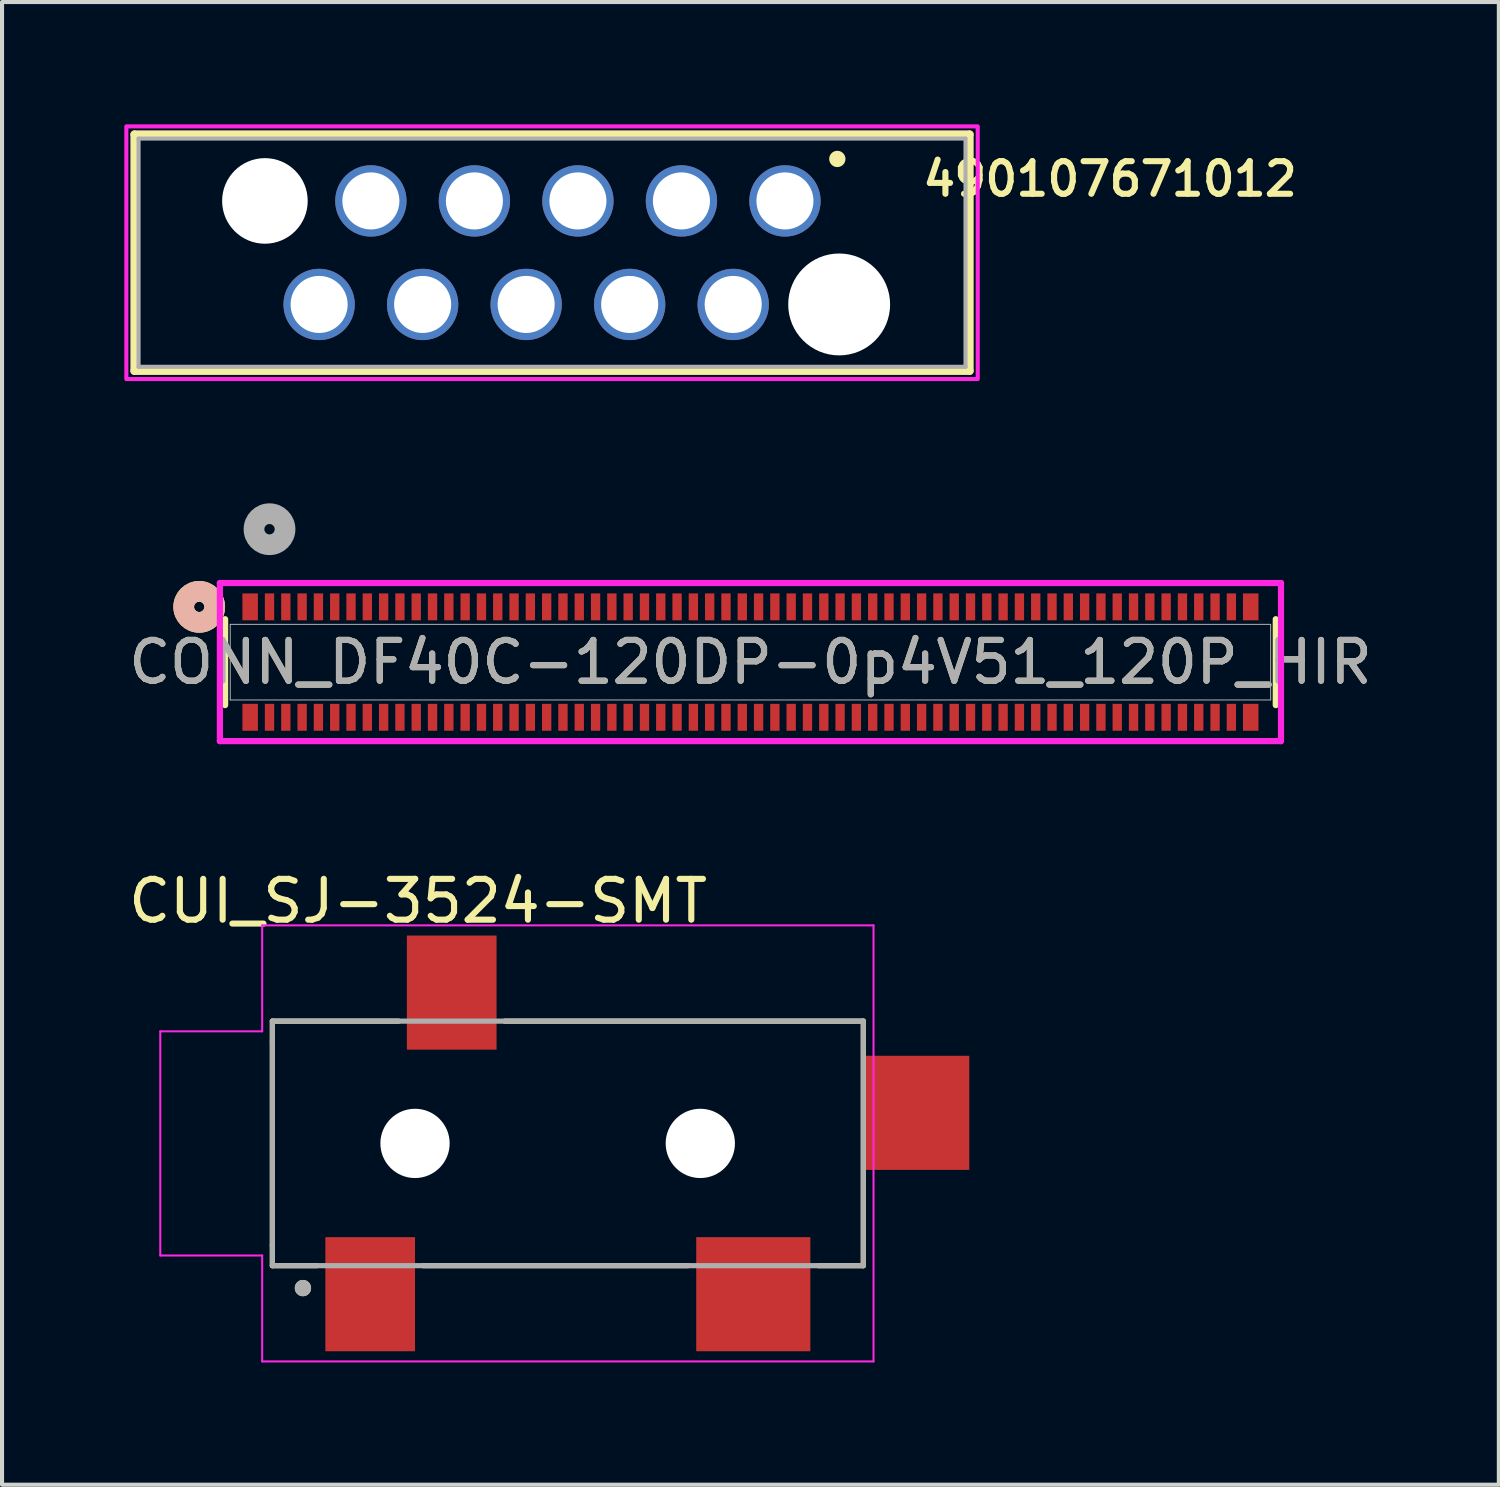
<source format=kicad_pcb>
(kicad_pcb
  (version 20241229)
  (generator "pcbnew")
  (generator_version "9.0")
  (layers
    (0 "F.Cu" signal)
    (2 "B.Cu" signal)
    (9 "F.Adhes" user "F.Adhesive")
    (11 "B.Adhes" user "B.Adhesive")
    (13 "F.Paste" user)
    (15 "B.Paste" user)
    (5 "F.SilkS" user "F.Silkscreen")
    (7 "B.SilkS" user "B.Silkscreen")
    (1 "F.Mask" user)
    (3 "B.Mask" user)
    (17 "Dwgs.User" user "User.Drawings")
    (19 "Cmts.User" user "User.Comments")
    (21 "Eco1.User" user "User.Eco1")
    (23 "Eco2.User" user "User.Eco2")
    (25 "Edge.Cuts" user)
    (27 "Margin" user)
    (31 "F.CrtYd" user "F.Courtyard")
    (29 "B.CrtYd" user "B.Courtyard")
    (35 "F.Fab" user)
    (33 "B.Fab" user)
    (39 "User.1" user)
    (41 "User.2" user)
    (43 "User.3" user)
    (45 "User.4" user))
  (footprint "CUI_SJ-3524-SMT"
    (layer "F.Cu")
    (at 7.133 25.005)
    (property "Reference" "CUI_SJ-3524-SMT" (at 0.075 -5.945 0) (layer "F.SilkS") (effects (font (size 1.002 1.002) (thickness 0.15))))
    (attr smd)
    (fp_line (start -3.5 -3) (end -0.4 -3) (stroke (width 0.127) (type solid)) (layer "F.SilkS"))
    (fp_line (start -3.5 -2.5) (end -3.5 -3) (stroke (width 0.127) (type solid)) (layer "F.SilkS"))
    (fp_line (start -3.5 2.5) (end -3.5 -2.5) (stroke (width 0.127) (type solid)) (layer "F.SilkS"))
    (fp_line (start -3.5 3) (end -3.5 2.5) (stroke (width 0.127) (type solid)) (layer "F.SilkS"))
    (fp_line (start -3.5 3) (end -2.4 3) (stroke (width 0.127) (type solid)) (layer "F.SilkS"))
    (fp_line (start 0.2 3) (end 6.7 3) (stroke (width 0.127) (type solid)) (layer "F.SilkS"))
    (fp_line (start 2.2 -3) (end 11 -3) (stroke (width 0.127) (type solid)) (layer "F.SilkS"))
    (fp_line (start 9.9 3) (end 11 3) (stroke (width 0.127) (type solid)) (layer "F.SilkS"))
    (fp_line (start 11 -3) (end 11 3) (stroke (width 0.127) (type solid)) (layer "F.SilkS"))
    (fp_circle (center -2.75 3.55) (end -2.65 3.55) (stroke (width 0.2) (type solid)) (fill no) (layer "F.SilkS"))
    (fp_line (start -6.25 -2.75) (end -6.25 2.75) (stroke (width 0.05) (type solid)) (layer "F.CrtYd"))
    (fp_line (start -6.25 2.75) (end -3.75 2.75) (stroke (width 0.05) (type solid)) (layer "F.CrtYd"))
    (fp_line (start -3.75 -5.35) (end -3.75 -2.75) (stroke (width 0.05) (type solid)) (layer "F.CrtYd"))
    (fp_line (start -3.75 -5.35) (end 11.25 -5.35) (stroke (width 0.05) (type solid)) (layer "F.CrtYd"))
    (fp_line (start -3.75 -2.75) (end -6.25 -2.75) (stroke (width 0.05) (type solid)) (layer "F.CrtYd"))
    (fp_line (start -3.75 2.75) (end -3.75 5.35) (stroke (width 0.05) (type solid)) (layer "F.CrtYd"))
    (fp_line (start 11.25 -5.35) (end 11.25 5.35) (stroke (width 0.05) (type solid)) (layer "F.CrtYd"))
    (fp_line (start 11.25 5.35) (end -3.75 5.35) (stroke (width 0.05) (type solid)) (layer "F.CrtYd"))
    (fp_line (start -3.5 -3) (end 11 -3) (stroke (width 0.127) (type solid)) (layer "F.Fab"))
    (fp_line (start -3.5 3) (end -3.5 -3) (stroke (width 0.127) (type solid)) (layer "F.Fab"))
    (fp_line (start 11 -3) (end 11 3) (stroke (width 0.127) (type solid)) (layer "F.Fab"))
    (fp_line (start 11 3) (end -3.5 3) (stroke (width 0.127) (type solid)) (layer "F.Fab"))
    (fp_circle (center -2.75 3.55) (end -2.65 3.55) (stroke (width 0.2) (type solid)) (fill no) (layer "F.Fab"))
    (pad "" np_thru_hole circle (at 0 0) (size 1.7 1.7) (drill 1.7) (layers "*.Cu" "*.Mask"))
    (pad "" np_thru_hole circle (at 7 0) (size 1.7 1.7) (drill 1.7) (layers "*.Cu" "*.Mask"))
    (pad "1" smd rect (at -1.1 3.7) (size 2.2 2.8) (layers "F.Cu" "F.Mask" "F.Paste"))
    (pad "2" smd rect (at 8.3 3.7) (size 2.8 2.8) (layers "F.Cu" "F.Mask" "F.Paste"))
    (pad "3" smd rect (at 0.9 -3.7) (size 2.2 2.8) (layers "F.Cu" "F.Mask" "F.Paste"))
    (pad "4" smd rect (at 12.3 -0.75) (size 2.6 2.8) (layers "F.Cu" "F.Mask" "F.Paste")))
  (footprint "CONN_DF40C-120DP-0p4V51_120P_HIR"
    (layer "F.Cu")
    (at 15.363 13.197)
    (property "Reference" "CONN_DF40C-120DP-0p4V51_120P_HIR" (at 0 0 0) (unlocked yes) (layer "F.SilkS") (effects (font (size 1 1) (thickness 0.15))))
    (attr smd)
    (fp_line (start -12.89 -1.054) (end -12.89 1.054) (stroke (width 0.152) (type solid)) (layer "F.SilkS"))
    (fp_line (start 12.89 1.054) (end 12.89 -1.054) (stroke (width 0.152) (type solid)) (layer "F.SilkS"))
    (fp_circle (center -13.525 -1.357) (end -13.145 -1.357) (stroke (width 0.508) (type solid)) (fill no) (layer "F.SilkS"))
    (fp_circle (center -13.525 -1.357) (end -13.145 -1.357) (stroke (width 0.508) (type solid)) (fill no) (layer "B.SilkS"))
    (fp_line (start -13.018 -1.941) (end -13.018 1.937) (stroke (width 0.152) (type solid)) (layer "F.CrtYd"))
    (fp_line (start -13.018 1.937) (end 13.018 1.937) (stroke (width 0.152) (type solid)) (layer "F.CrtYd"))
    (fp_line (start 13.018 -1.941) (end -13.018 -1.941) (stroke (width 0.152) (type solid)) (layer "F.CrtYd"))
    (fp_line (start 13.018 1.937) (end 13.018 -1.941) (stroke (width 0.152) (type solid)) (layer "F.CrtYd"))
    (fp_line (start -12.764 -0.927) (end -12.764 0.927) (stroke (width 0.025) (type solid)) (layer "F.Fab"))
    (fp_line (start -12.764 0.927) (end 12.764 0.927) (stroke (width 0.025) (type solid)) (layer "F.Fab"))
    (fp_line (start 12.764 -0.927) (end -12.764 -0.927) (stroke (width 0.025) (type solid)) (layer "F.Fab"))
    (fp_line (start 12.764 0.927) (end 12.764 -0.927) (stroke (width 0.025) (type solid)) (layer "F.Fab"))
    (fp_circle (center -11.8 -3.262) (end -11.419 -3.262) (stroke (width 0.508) (type solid)) (fill no) (layer "F.Fab"))
    (fp_text user "${REFERENCE}" (at 0 0 0) (unlocked yes) (layer "F.Fab") (effects (font (size 1 1) (thickness 0.15))))
    (pad "1" smd rect (at -11.8 -1.357) (size 0.229 0.66) (layers "F.Cu" "F.Mask" "F.Paste"))
    (pad "2" smd rect (at -11.8 1.353) (size 0.229 0.66) (layers "F.Cu" "F.Mask" "F.Paste"))
    (pad "3" smd rect (at -11.4 -1.357) (size 0.229 0.66) (layers "F.Cu" "F.Mask" "F.Paste"))
    (pad "4" smd rect (at -11.4 1.353) (size 0.229 0.66) (layers "F.Cu" "F.Mask" "F.Paste"))
    (pad "5" smd rect (at -11 -1.357) (size 0.229 0.66) (layers "F.Cu" "F.Mask" "F.Paste"))
    (pad "6" smd rect (at -11 1.353) (size 0.229 0.66) (layers "F.Cu" "F.Mask" "F.Paste"))
    (pad "7" smd rect (at -10.6 -1.357) (size 0.229 0.66) (layers "F.Cu" "F.Mask" "F.Paste"))
    (pad "8" smd rect (at -10.6 1.353) (size 0.229 0.66) (layers "F.Cu" "F.Mask" "F.Paste"))
    (pad "9" smd rect (at -10.2 -1.357) (size 0.229 0.66) (layers "F.Cu" "F.Mask" "F.Paste"))
    (pad "10" smd rect (at -10.2 1.353) (size 0.229 0.66) (layers "F.Cu" "F.Mask" "F.Paste"))
    (pad "11" smd rect (at -9.8 -1.357) (size 0.229 0.66) (layers "F.Cu" "F.Mask" "F.Paste"))
    (pad "12" smd rect (at -9.8 1.353) (size 0.229 0.66) (layers "F.Cu" "F.Mask" "F.Paste"))
    (pad "13" smd rect (at -9.4 -1.357) (size 0.229 0.66) (layers "F.Cu" "F.Mask" "F.Paste"))
    (pad "14" smd rect (at -9.4 1.353) (size 0.229 0.66) (layers "F.Cu" "F.Mask" "F.Paste"))
    (pad "15" smd rect (at -9 -1.357) (size 0.229 0.66) (layers "F.Cu" "F.Mask" "F.Paste"))
    (pad "16" smd rect (at -9 1.353) (size 0.229 0.66) (layers "F.Cu" "F.Mask" "F.Paste"))
    (pad "17" smd rect (at -8.6 -1.357) (size 0.229 0.66) (layers "F.Cu" "F.Mask" "F.Paste"))
    (pad "18" smd rect (at -8.6 1.353) (size 0.229 0.66) (layers "F.Cu" "F.Mask" "F.Paste"))
    (pad "19" smd rect (at -8.2 -1.357) (size 0.229 0.66) (layers "F.Cu" "F.Mask" "F.Paste"))
    (pad "20" smd rect (at -8.2 1.353) (size 0.229 0.66) (layers "F.Cu" "F.Mask" "F.Paste"))
    (pad "21" smd rect (at -7.8 -1.357) (size 0.229 0.66) (layers "F.Cu" "F.Mask" "F.Paste"))
    (pad "22" smd rect (at -7.8 1.353) (size 0.229 0.66) (layers "F.Cu" "F.Mask" "F.Paste"))
    (pad "23" smd rect (at -7.4 -1.357) (size 0.229 0.66) (layers "F.Cu" "F.Mask" "F.Paste"))
    (pad "24" smd rect (at -7.4 1.353) (size 0.229 0.66) (layers "F.Cu" "F.Mask" "F.Paste"))
    (pad "25" smd rect (at -7 -1.357) (size 0.229 0.66) (layers "F.Cu" "F.Mask" "F.Paste"))
    (pad "26" smd rect (at -7 1.353) (size 0.229 0.66) (layers "F.Cu" "F.Mask" "F.Paste"))
    (pad "27" smd rect (at -6.6 -1.357) (size 0.229 0.66) (layers "F.Cu" "F.Mask" "F.Paste"))
    (pad "28" smd rect (at -6.6 1.353) (size 0.229 0.66) (layers "F.Cu" "F.Mask" "F.Paste"))
    (pad "29" smd rect (at -6.2 -1.357) (size 0.229 0.66) (layers "F.Cu" "F.Mask" "F.Paste"))
    (pad "30" smd rect (at -6.2 1.353) (size 0.229 0.66) (layers "F.Cu" "F.Mask" "F.Paste"))
    (pad "31" smd rect (at -5.8 -1.357) (size 0.229 0.66) (layers "F.Cu" "F.Mask" "F.Paste"))
    (pad "32" smd rect (at -5.8 1.353) (size 0.229 0.66) (layers "F.Cu" "F.Mask" "F.Paste"))
    (pad "33" smd rect (at -5.4 -1.357) (size 0.229 0.66) (layers "F.Cu" "F.Mask" "F.Paste"))
    (pad "34" smd rect (at -5.4 1.353) (size 0.229 0.66) (layers "F.Cu" "F.Mask" "F.Paste"))
    (pad "35" smd rect (at -5 -1.357) (size 0.229 0.66) (layers "F.Cu" "F.Mask" "F.Paste"))
    (pad "36" smd rect (at -5 1.353) (size 0.229 0.66) (layers "F.Cu" "F.Mask" "F.Paste"))
    (pad "37" smd rect (at -4.6 -1.357) (size 0.229 0.66) (layers "F.Cu" "F.Mask" "F.Paste"))
    (pad "38" smd rect (at -4.6 1.353) (size 0.229 0.66) (layers "F.Cu" "F.Mask" "F.Paste"))
    (pad "39" smd rect (at -4.2 -1.357) (size 0.229 0.66) (layers "F.Cu" "F.Mask" "F.Paste"))
    (pad "40" smd rect (at -4.2 1.353) (size 0.229 0.66) (layers "F.Cu" "F.Mask" "F.Paste"))
    (pad "41" smd rect (at -3.8 -1.357) (size 0.229 0.66) (layers "F.Cu" "F.Mask" "F.Paste"))
    (pad "42" smd rect (at -3.8 1.353) (size 0.229 0.66) (layers "F.Cu" "F.Mask" "F.Paste"))
    (pad "43" smd rect (at -3.4 -1.357) (size 0.229 0.66) (layers "F.Cu" "F.Mask" "F.Paste"))
    (pad "44" smd rect (at -3.4 1.353) (size 0.229 0.66) (layers "F.Cu" "F.Mask" "F.Paste"))
    (pad "45" smd rect (at -3 -1.357) (size 0.229 0.66) (layers "F.Cu" "F.Mask" "F.Paste"))
    (pad "46" smd rect (at -3 1.353) (size 0.229 0.66) (layers "F.Cu" "F.Mask" "F.Paste"))
    (pad "47" smd rect (at -2.6 -1.357) (size 0.229 0.66) (layers "F.Cu" "F.Mask" "F.Paste"))
    (pad "48" smd rect (at -2.6 1.353) (size 0.229 0.66) (layers "F.Cu" "F.Mask" "F.Paste"))
    (pad "49" smd rect (at -2.2 -1.357) (size 0.229 0.66) (layers "F.Cu" "F.Mask" "F.Paste"))
    (pad "50" smd rect (at -2.2 1.353) (size 0.229 0.66) (layers "F.Cu" "F.Mask" "F.Paste"))
    (pad "51" smd rect (at -1.8 -1.357) (size 0.229 0.66) (layers "F.Cu" "F.Mask" "F.Paste"))
    (pad "52" smd rect (at -1.8 1.353) (size 0.229 0.66) (layers "F.Cu" "F.Mask" "F.Paste"))
    (pad "53" smd rect (at -1.4 -1.357) (size 0.229 0.66) (layers "F.Cu" "F.Mask" "F.Paste"))
    (pad "54" smd rect (at -1.4 1.353) (size 0.229 0.66) (layers "F.Cu" "F.Mask" "F.Paste"))
    (pad "55" smd rect (at -1 -1.357) (size 0.229 0.66) (layers "F.Cu" "F.Mask" "F.Paste"))
    (pad "56" smd rect (at -1 1.353) (size 0.229 0.66) (layers "F.Cu" "F.Mask" "F.Paste"))
    (pad "57" smd rect (at -0.6 -1.357) (size 0.229 0.66) (layers "F.Cu" "F.Mask" "F.Paste"))
    (pad "58" smd rect (at -0.6 1.353) (size 0.229 0.66) (layers "F.Cu" "F.Mask" "F.Paste"))
    (pad "59" smd rect (at -0.2 -1.357) (size 0.229 0.66) (layers "F.Cu" "F.Mask" "F.Paste"))
    (pad "60" smd rect (at -0.2 1.353) (size 0.229 0.66) (layers "F.Cu" "F.Mask" "F.Paste"))
    (pad "61" smd rect (at 0.2 -1.357) (size 0.229 0.66) (layers "F.Cu" "F.Mask" "F.Paste"))
    (pad "62" smd rect (at 0.2 1.353) (size 0.229 0.66) (layers "F.Cu" "F.Mask" "F.Paste"))
    (pad "63" smd rect (at 0.6 -1.357) (size 0.229 0.66) (layers "F.Cu" "F.Mask" "F.Paste"))
    (pad "64" smd rect (at 0.6 1.353) (size 0.229 0.66) (layers "F.Cu" "F.Mask" "F.Paste"))
    (pad "65" smd rect (at 1 -1.357) (size 0.229 0.66) (layers "F.Cu" "F.Mask" "F.Paste"))
    (pad "66" smd rect (at 1 1.353) (size 0.229 0.66) (layers "F.Cu" "F.Mask" "F.Paste"))
    (pad "67" smd rect (at 1.4 -1.357) (size 0.229 0.66) (layers "F.Cu" "F.Mask" "F.Paste"))
    (pad "68" smd rect (at 1.4 1.353) (size 0.229 0.66) (layers "F.Cu" "F.Mask" "F.Paste"))
    (pad "69" smd rect (at 1.8 -1.357) (size 0.229 0.66) (layers "F.Cu" "F.Mask" "F.Paste"))
    (pad "70" smd rect (at 1.8 1.353) (size 0.229 0.66) (layers "F.Cu" "F.Mask" "F.Paste"))
    (pad "71" smd rect (at 2.2 -1.357) (size 0.229 0.66) (layers "F.Cu" "F.Mask" "F.Paste"))
    (pad "72" smd rect (at 2.2 1.353) (size 0.229 0.66) (layers "F.Cu" "F.Mask" "F.Paste"))
    (pad "73" smd rect (at 2.6 -1.357) (size 0.229 0.66) (layers "F.Cu" "F.Mask" "F.Paste"))
    (pad "74" smd rect (at 2.6 1.353) (size 0.229 0.66) (layers "F.Cu" "F.Mask" "F.Paste"))
    (pad "75" smd rect (at 3 -1.357) (size 0.229 0.66) (layers "F.Cu" "F.Mask" "F.Paste"))
    (pad "76" smd rect (at 3 1.353) (size 0.229 0.66) (layers "F.Cu" "F.Mask" "F.Paste"))
    (pad "77" smd rect (at 3.4 -1.357) (size 0.229 0.66) (layers "F.Cu" "F.Mask" "F.Paste"))
    (pad "78" smd rect (at 3.4 1.353) (size 0.229 0.66) (layers "F.Cu" "F.Mask" "F.Paste"))
    (pad "79" smd rect (at 3.8 -1.357) (size 0.229 0.66) (layers "F.Cu" "F.Mask" "F.Paste"))
    (pad "80" smd rect (at 3.8 1.353) (size 0.229 0.66) (layers "F.Cu" "F.Mask" "F.Paste"))
    (pad "81" smd rect (at 4.2 -1.357) (size 0.229 0.66) (layers "F.Cu" "F.Mask" "F.Paste"))
    (pad "82" smd rect (at 4.2 1.353) (size 0.229 0.66) (layers "F.Cu" "F.Mask" "F.Paste"))
    (pad "83" smd rect (at 4.6 -1.357) (size 0.229 0.66) (layers "F.Cu" "F.Mask" "F.Paste"))
    (pad "84" smd rect (at 4.6 1.353) (size 0.229 0.66) (layers "F.Cu" "F.Mask" "F.Paste"))
    (pad "85" smd rect (at 5 -1.357) (size 0.229 0.66) (layers "F.Cu" "F.Mask" "F.Paste"))
    (pad "86" smd rect (at 5 1.353) (size 0.229 0.66) (layers "F.Cu" "F.Mask" "F.Paste"))
    (pad "87" smd rect (at 5.4 -1.357) (size 0.229 0.66) (layers "F.Cu" "F.Mask" "F.Paste"))
    (pad "88" smd rect (at 5.4 1.353) (size 0.229 0.66) (layers "F.Cu" "F.Mask" "F.Paste"))
    (pad "89" smd rect (at 5.8 -1.357) (size 0.229 0.66) (layers "F.Cu" "F.Mask" "F.Paste"))
    (pad "90" smd rect (at 5.8 1.353) (size 0.229 0.66) (layers "F.Cu" "F.Mask" "F.Paste"))
    (pad "91" smd rect (at 6.2 -1.357) (size 0.229 0.66) (layers "F.Cu" "F.Mask" "F.Paste"))
    (pad "92" smd rect (at 6.2 1.353) (size 0.229 0.66) (layers "F.Cu" "F.Mask" "F.Paste"))
    (pad "93" smd rect (at 6.6 -1.357) (size 0.229 0.66) (layers "F.Cu" "F.Mask" "F.Paste"))
    (pad "94" smd rect (at 6.6 1.353) (size 0.229 0.66) (layers "F.Cu" "F.Mask" "F.Paste"))
    (pad "95" smd rect (at 7 -1.357) (size 0.229 0.66) (layers "F.Cu" "F.Mask" "F.Paste"))
    (pad "96" smd rect (at 7 1.353) (size 0.229 0.66) (layers "F.Cu" "F.Mask" "F.Paste"))
    (pad "97" smd rect (at 7.4 -1.357) (size 0.229 0.66) (layers "F.Cu" "F.Mask" "F.Paste"))
    (pad "98" smd rect (at 7.4 1.353) (size 0.229 0.66) (layers "F.Cu" "F.Mask" "F.Paste"))
    (pad "99" smd rect (at 7.8 -1.357) (size 0.229 0.66) (layers "F.Cu" "F.Mask" "F.Paste"))
    (pad "100" smd rect (at 7.8 1.353) (size 0.229 0.66) (layers "F.Cu" "F.Mask" "F.Paste"))
    (pad "101" smd rect (at 8.2 -1.357) (size 0.229 0.66) (layers "F.Cu" "F.Mask" "F.Paste"))
    (pad "102" smd rect (at 8.2 1.353) (size 0.229 0.66) (layers "F.Cu" "F.Mask" "F.Paste"))
    (pad "103" smd rect (at 8.6 -1.357) (size 0.229 0.66) (layers "F.Cu" "F.Mask" "F.Paste"))
    (pad "104" smd rect (at 8.6 1.353) (size 0.229 0.66) (layers "F.Cu" "F.Mask" "F.Paste"))
    (pad "105" smd rect (at 9 -1.357) (size 0.229 0.66) (layers "F.Cu" "F.Mask" "F.Paste"))
    (pad "106" smd rect (at 9 1.353) (size 0.229 0.66) (layers "F.Cu" "F.Mask" "F.Paste"))
    (pad "107" smd rect (at 9.4 -1.357) (size 0.229 0.66) (layers "F.Cu" "F.Mask" "F.Paste"))
    (pad "108" smd rect (at 9.4 1.353) (size 0.229 0.66) (layers "F.Cu" "F.Mask" "F.Paste"))
    (pad "109" smd rect (at 9.8 -1.357) (size 0.229 0.66) (layers "F.Cu" "F.Mask" "F.Paste"))
    (pad "110" smd rect (at 9.8 1.353) (size 0.229 0.66) (layers "F.Cu" "F.Mask" "F.Paste"))
    (pad "111" smd rect (at 10.2 -1.357) (size 0.229 0.66) (layers "F.Cu" "F.Mask" "F.Paste"))
    (pad "112" smd rect (at 10.2 1.353) (size 0.229 0.66) (layers "F.Cu" "F.Mask" "F.Paste"))
    (pad "113" smd rect (at 10.6 -1.357) (size 0.229 0.66) (layers "F.Cu" "F.Mask" "F.Paste"))
    (pad "114" smd rect (at 10.6 1.353) (size 0.229 0.66) (layers "F.Cu" "F.Mask" "F.Paste"))
    (pad "115" smd rect (at 11 -1.357) (size 0.229 0.66) (layers "F.Cu" "F.Mask" "F.Paste"))
    (pad "116" smd rect (at 11 1.353) (size 0.229 0.66) (layers "F.Cu" "F.Mask" "F.Paste"))
    (pad "117" smd rect (at 11.4 -1.357) (size 0.229 0.66) (layers "F.Cu" "F.Mask" "F.Paste"))
    (pad "118" smd rect (at 11.4 1.353) (size 0.229 0.66) (layers "F.Cu" "F.Mask" "F.Paste"))
    (pad "119" smd rect (at 11.8 -1.357) (size 0.229 0.66) (layers "F.Cu" "F.Mask" "F.Paste"))
    (pad "120" smd rect (at 11.8 1.353) (size 0.229 0.66) (layers "F.Cu" "F.Mask" "F.Paste"))
    (pad "121" smd rect (at -12.275 -1.357) (size 0.381 0.66) (layers "F.Cu" "F.Mask" "F.Paste"))
    (pad "122" smd rect (at 12.275 -1.357) (size 0.381 0.66) (layers "F.Cu" "F.Mask" "F.Paste"))
    (pad "123" smd rect (at -12.275 1.353) (size 0.381 0.66) (layers "F.Cu" "F.Mask" "F.Paste"))
    (pad "124" smd rect (at 12.275 1.353) (size 0.381 0.66) (layers "F.Cu" "F.Mask" "F.Paste")))
  (footprint "490107671012"
    (layer "F.Cu")
    (at 10.495 3.15)
    (property "Reference" "490107671012" (at 13.69 -1.808 0) (layer "F.SilkS") (effects (font (size 0.8 0.8) (thickness 0.15))))
    (attr through_hole)
    (fp_line (start -10.245 -2.9) (end 10.245 -2.9) (stroke (width 0.2) (type solid)) (layer "F.SilkS"))
    (fp_line (start -10.245 2.9) (end -10.245 -2.9) (stroke (width 0.2) (type solid)) (layer "F.SilkS"))
    (fp_line (start 10.245 -2.9) (end 10.245 2.9) (stroke (width 0.2) (type solid)) (layer "F.SilkS"))
    (fp_line (start 10.245 2.9) (end -10.245 2.9) (stroke (width 0.2) (type solid)) (layer "F.SilkS"))
    (fp_circle (center 7 -2.3) (end 7.1 -2.3) (stroke (width 0.2) (type solid)) (fill no) (layer "F.SilkS"))
    (fp_poly (pts (xy -10.445 -3.1) (xy 10.445 -3.1) (xy 10.445 3.1) (xy -10.445 3.1)) (stroke (width 0.1) (type solid)) (fill no) (layer "F.CrtYd"))
    (fp_line (start -10.145 -2.8) (end 10.145 -2.8) (stroke (width 0.1) (type solid)) (layer "F.Fab"))
    (fp_line (start -10.145 2.8) (end -10.145 -2.8) (stroke (width 0.1) (type solid)) (layer "F.Fab"))
    (fp_line (start 10.145 -2.8) (end 10.145 2.8) (stroke (width 0.1) (type solid)) (layer "F.Fab"))
    (fp_line (start 10.145 2.8) (end -10.145 2.8) (stroke (width 0.1) (type solid)) (layer "F.Fab"))
    (pad "" np_thru_hole circle (at -7.045 -1.27) (size 2.1 2.1) (drill 2.1) (layers "*.Cu" "*.Mask"))
    (pad "" np_thru_hole circle (at 7.045 1.27) (size 2.5 2.5) (drill 2.5) (layers "*.Cu" "*.Mask"))
    (pad "1" thru_hole circle (at 5.715 -1.27) (size 1.75 1.75) (drill 1.4) (layers "*.Cu" "*.Mask"))
    (pad "2" thru_hole circle (at 4.445 1.27) (size 1.75 1.75) (drill 1.4) (layers "*.Cu" "*.Mask"))
    (pad "3" thru_hole circle (at 3.175 -1.27) (size 1.75 1.75) (drill 1.4) (layers "*.Cu" "*.Mask"))
    (pad "4" thru_hole circle (at 1.905 1.27) (size 1.75 1.75) (drill 1.4) (layers "*.Cu" "*.Mask"))
    (pad "5" thru_hole circle (at 0.635 -1.27) (size 1.75 1.75) (drill 1.4) (layers "*.Cu" "*.Mask"))
    (pad "6" thru_hole circle (at -0.635 1.27) (size 1.75 1.75) (drill 1.4) (layers "*.Cu" "*.Mask"))
    (pad "7" thru_hole circle (at -1.905 -1.27) (size 1.75 1.75) (drill 1.4) (layers "*.Cu" "*.Mask"))
    (pad "8" thru_hole circle (at -3.175 1.27) (size 1.75 1.75) (drill 1.4) (layers "*.Cu" "*.Mask"))
    (pad "9" thru_hole circle (at -4.445 -1.27) (size 1.75 1.75) (drill 1.4) (layers "*.Cu" "*.Mask"))
    (pad "10" thru_hole circle (at -5.715 1.27) (size 1.75 1.75) (drill 1.4) (layers "*.Cu" "*.Mask")))
  (gr_rect
    (start -3 -3)
    (end 33.726 33.38)
    (stroke (width 0.1) (type default))
    (fill no)
    (layer "Edge.Cuts")))
</source>
